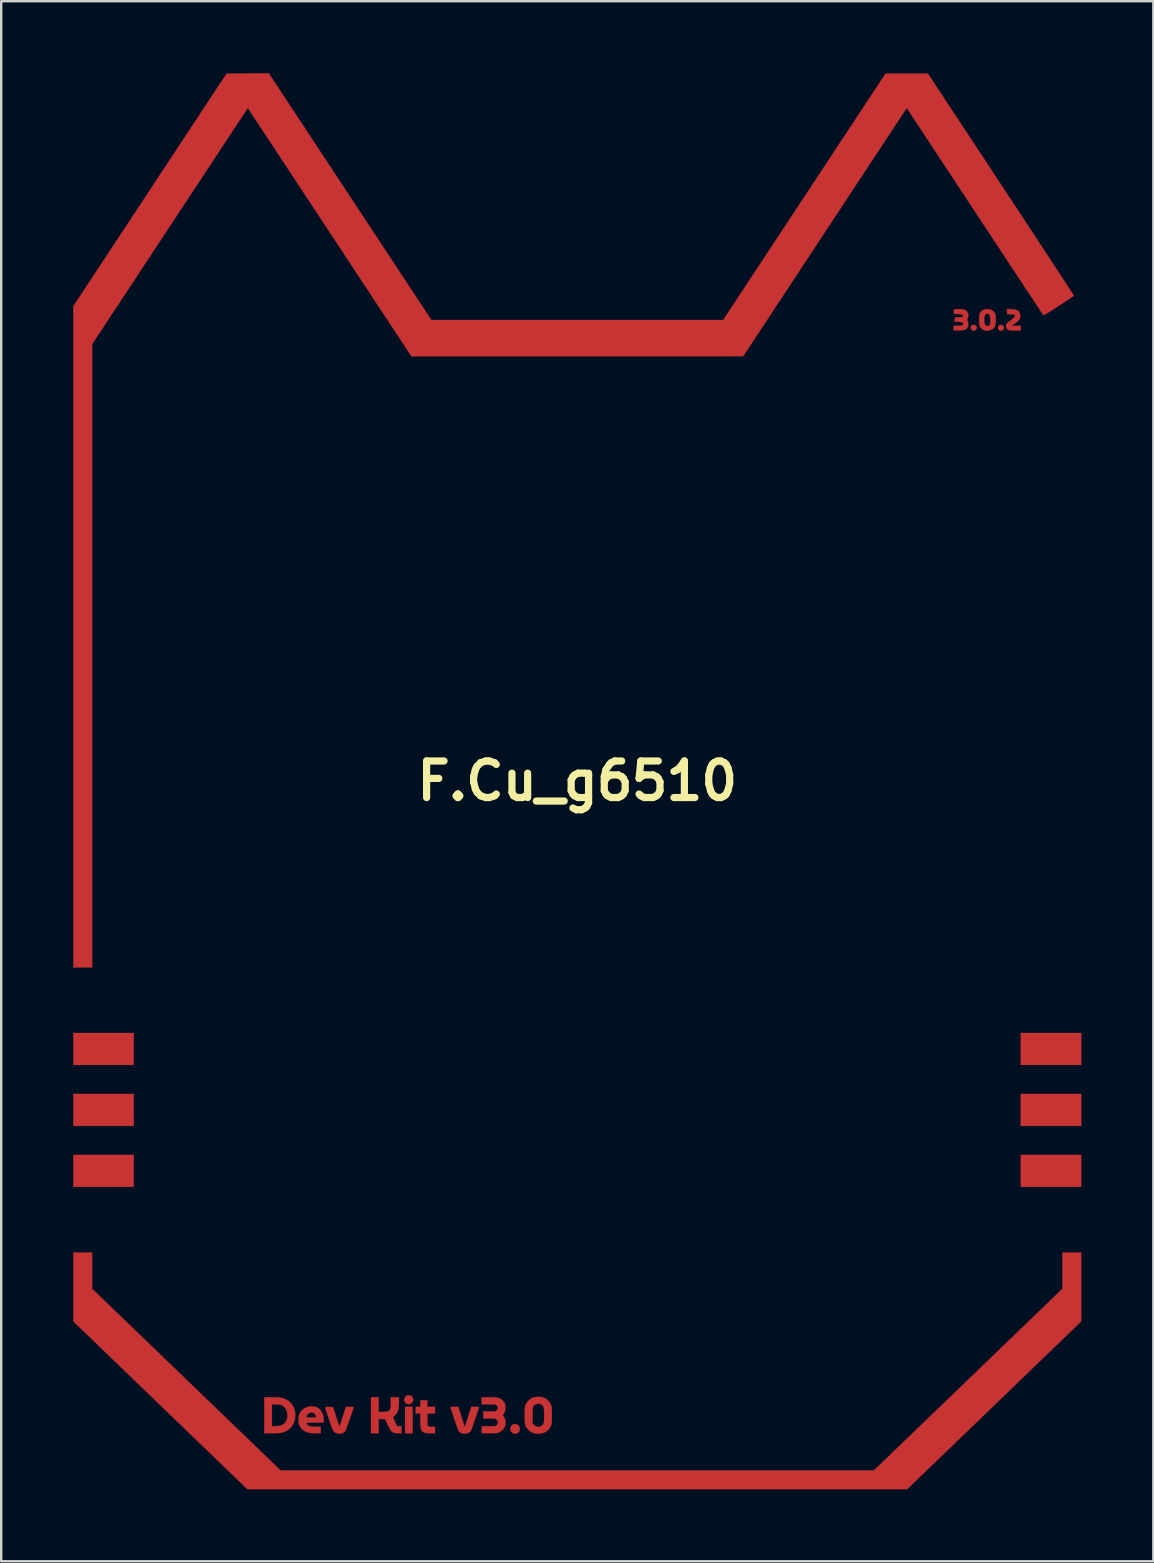
<source format=kicad_pcb>
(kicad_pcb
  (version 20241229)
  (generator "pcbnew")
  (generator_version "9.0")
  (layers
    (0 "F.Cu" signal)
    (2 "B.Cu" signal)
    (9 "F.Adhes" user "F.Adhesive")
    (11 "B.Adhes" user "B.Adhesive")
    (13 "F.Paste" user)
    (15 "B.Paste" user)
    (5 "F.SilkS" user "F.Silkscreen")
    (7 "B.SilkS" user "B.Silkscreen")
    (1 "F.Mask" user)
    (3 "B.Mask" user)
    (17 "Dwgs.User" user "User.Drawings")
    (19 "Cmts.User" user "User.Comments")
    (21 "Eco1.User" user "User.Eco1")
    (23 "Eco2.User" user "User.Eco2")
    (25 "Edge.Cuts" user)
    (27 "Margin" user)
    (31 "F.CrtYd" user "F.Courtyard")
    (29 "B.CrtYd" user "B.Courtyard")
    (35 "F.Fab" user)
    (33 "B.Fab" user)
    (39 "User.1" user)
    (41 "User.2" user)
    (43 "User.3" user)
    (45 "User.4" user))
  (footprint "F.Cu_g6510"
    (layer "F.Cu")
    (at 21.002 29.491)
    (property "Reference" "F.Cu_g6510" (at 0 0 0) (layer "F.SilkS") (effects (font (size 1.524 1.524) (thickness 0.3))))
    (attr through_hole)
    (fp_poly (pts (xy -18.479 11.832) (xy -20.997 11.832) (xy -20.997 10.499) (xy -18.479 10.499) (xy -18.479 11.832)) (stroke (width 0.01) (type solid)) (fill yes) (layer "F.Cu"))
    (fp_poly (pts (xy -18.479 14.372) (xy -20.997 14.372) (xy -20.997 13.039) (xy -18.479 13.039) (xy -18.479 14.372)) (stroke (width 0.01) (type solid)) (fill yes) (layer "F.Cu"))
    (fp_poly (pts (xy -18.479 16.912) (xy -20.997 16.912) (xy -20.997 15.579) (xy -18.479 15.579) (xy -18.479 16.912)) (stroke (width 0.01) (type solid)) (fill yes) (layer "F.Cu"))
    (fp_poly (pts (xy -6.858 27.178) (xy -7.176 27.178) (xy -7.176 26.077) (xy -6.858 26.077) (xy -6.858 27.178)) (stroke (width 0.01) (type solid)) (fill yes) (layer "F.Cu"))
    (fp_poly (pts (xy 20.997 11.832) (xy 18.479 11.832) (xy 18.479 10.499) (xy 20.997 10.499) (xy 20.997 11.832)) (stroke (width 0.01) (type solid)) (fill yes) (layer "F.Cu"))
    (fp_poly (pts (xy 20.997 14.372) (xy 18.479 14.372) (xy 18.479 13.039) (xy 20.997 13.039) (xy 20.997 14.372)) (stroke (width 0.01) (type solid)) (fill yes) (layer "F.Cu"))
    (fp_poly (pts (xy 20.997 16.912) (xy 18.479 16.912) (xy 18.479 15.579) (xy 20.997 15.579) (xy 20.997 16.912)) (stroke (width 0.01) (type solid)) (fill yes) (layer "F.Cu"))
    (fp_poly (pts (xy 17.721 -18.991) (xy 17.763 -18.947) (xy 17.781 -18.89) (xy 17.771 -18.832) (xy 17.733 -18.787) (xy 17.666 -18.757) (xy 17.605 -18.768) (xy 17.568 -18.796) (xy 17.533 -18.856) (xy 17.532 -18.918) (xy 17.563 -18.97) (xy 17.619 -19.003) (xy 17.658 -19.008) (xy 17.721 -18.991)) (stroke (width 0.01) (type solid)) (fill yes) (layer "F.Cu"))
    (fp_poly (pts (xy 16.588 -18.987) (xy 16.632 -18.94) (xy 16.634 -18.936) (xy 16.651 -18.889) (xy 16.643 -18.853) (xy 16.621 -18.82) (xy 16.565 -18.77) (xy 16.504 -18.759) (xy 16.447 -18.788) (xy 16.428 -18.808) (xy 16.392 -18.862) (xy 16.387 -18.905) (xy 16.411 -18.954) (xy 16.417 -18.962) (xy 16.466 -19) (xy 16.528 -19.008) (xy 16.588 -18.987)) (stroke (width 0.01) (type solid)) (fill yes) (layer "F.Cu"))
    (fp_poly (pts (xy -6.941 25.608) (xy -6.879 25.653) (xy -6.842 25.718) (xy -6.833 25.791) (xy -6.858 25.865) (xy -6.902 25.917) (xy -6.976 25.962) (xy -7.049 25.967) (xy -7.112 25.944) (xy -7.178 25.89) (xy -7.21 25.819) (xy -7.207 25.738) (xy -7.167 25.66) (xy -7.163 25.656) (xy -7.114 25.61) (xy -7.06 25.592) (xy -7.024 25.59) (xy -6.941 25.608)) (stroke (width 0.01) (type solid)) (fill yes) (layer "F.Cu"))
    (fp_poly (pts (xy -2.501 26.814) (xy -2.434 26.863) (xy -2.398 26.941) (xy -2.392 26.999) (xy -2.41 27.085) (xy -2.456 27.149) (xy -2.523 27.188) (xy -2.601 27.199) (xy -2.679 27.177) (xy -2.732 27.137) (xy -2.783 27.061) (xy -2.794 26.978) (xy -2.763 26.895) (xy -2.739 26.862) (xy -2.694 26.818) (xy -2.643 26.8) (xy -2.594 26.797) (xy -2.501 26.814)) (stroke (width 0.01) (type solid)) (fill yes) (layer "F.Cu"))
    (fp_poly (pts (xy -20.214 20.399) (xy -20.213 21.156) (xy -16.287 24.94) (xy -12.362 28.723) (xy 12.362 28.723) (xy 16.288 24.94) (xy 20.214 21.156) (xy 20.214 20.399) (xy 20.214 19.643) (xy 20.997 19.643) (xy 20.997 22.516) (xy 17.373 26.011) (xy 13.748 29.505) (xy -13.748 29.505) (xy -17.373 26.01) (xy -20.997 22.515) (xy -20.997 19.643) (xy -20.214 19.643) (xy -20.214 20.399)) (stroke (width 0.01) (type solid)) (fill yes) (layer "F.Cu"))
    (fp_poly (pts (xy -6.244 26.077) (xy -5.927 26.077) (xy -5.927 26.352) (xy -6.244 26.352) (xy -6.244 26.594) (xy -6.243 26.694) (xy -6.24 26.78) (xy -6.236 26.842) (xy -6.231 26.869) (xy -6.214 26.888) (xy -6.175 26.899) (xy -6.105 26.903) (xy -6.073 26.903) (xy -5.927 26.903) (xy -5.927 27.178) (xy -6.122 27.178) (xy -6.237 27.175) (xy -6.32 27.165) (xy -6.381 27.146) (xy -6.392 27.141) (xy -6.445 27.109) (xy -6.484 27.067) (xy -6.511 27.011) (xy -6.528 26.933) (xy -6.537 26.826) (xy -6.54 26.686) (xy -6.54 26.654) (xy -6.54 26.352) (xy -6.731 26.352) (xy -6.731 26.077) (xy -6.54 26.077) (xy -6.54 25.802) (xy -6.244 25.802) (xy -6.244 26.077)) (stroke (width 0.01) (type solid)) (fill yes) (layer "F.Cu"))
    (fp_poly (pts (xy -8.276 26.289) (xy -8.105 26.289) (xy -7.985 26.285) (xy -7.896 26.269) (xy -7.836 26.235) (xy -7.797 26.178) (xy -7.777 26.093) (xy -7.769 25.974) (xy -7.769 25.913) (xy -7.768 25.675) (xy -7.429 25.675) (xy -7.429 25.894) (xy -7.434 26.05) (xy -7.451 26.173) (xy -7.482 26.272) (xy -7.529 26.355) (xy -7.586 26.421) (xy -7.677 26.512) (xy -7.593 26.697) (xy -7.508 26.882) (xy -7.324 26.882) (xy -7.324 27.182) (xy -7.488 27.174) (xy -7.578 27.168) (xy -7.648 27.154) (xy -7.703 27.127) (xy -7.751 27.082) (xy -7.797 27.013) (xy -7.85 26.913) (xy -7.887 26.838) (xy -8.009 26.585) (xy -8.276 26.585) (xy -8.276 27.178) (xy -8.594 27.178) (xy -8.594 25.675) (xy -8.276 25.675) (xy -8.276 26.289)) (stroke (width 0.01) (type solid)) (fill yes) (layer "F.Cu"))
    (fp_poly (pts (xy 18.092 -19.66) (xy 18.231 -19.644) (xy 18.333 -19.61) (xy 18.403 -19.556) (xy 18.443 -19.478) (xy 18.457 -19.373) (xy 18.457 -19.363) (xy 18.453 -19.3) (xy 18.435 -19.247) (xy 18.397 -19.197) (xy 18.335 -19.141) (xy 18.242 -19.073) (xy 18.241 -19.072) (xy 18.089 -18.965) (xy 18.479 -18.965) (xy 18.479 -18.775) (xy 18.227 -18.775) (xy 18.117 -18.776) (xy 18.041 -18.779) (xy 17.989 -18.786) (xy 17.953 -18.798) (xy 17.924 -18.816) (xy 17.92 -18.819) (xy 17.877 -18.869) (xy 17.865 -18.937) (xy 17.869 -18.994) (xy 17.885 -19.042) (xy 17.92 -19.087) (xy 17.98 -19.138) (xy 18.066 -19.201) (xy 18.165 -19.277) (xy 18.225 -19.34) (xy 18.245 -19.388) (xy 18.225 -19.423) (xy 18.165 -19.444) (xy 18.066 -19.452) (xy 18.053 -19.452) (xy 17.907 -19.452) (xy 17.907 -19.669) (xy 18.092 -19.66)) (stroke (width 0.01) (type solid)) (fill yes) (layer "F.Cu"))
    (fp_poly (pts (xy -12.548 25.678) (xy -12.41 25.687) (xy -12.306 25.703) (xy -12.286 25.708) (xy -12.123 25.77) (xy -11.986 25.864) (xy -11.877 25.987) (xy -11.8 26.134) (xy -11.756 26.302) (xy -11.748 26.427) (xy -11.766 26.607) (xy -11.821 26.769) (xy -11.909 26.908) (xy -12.027 27.022) (xy -12.173 27.107) (xy -12.286 27.145) (xy -12.382 27.163) (xy -12.512 27.173) (xy -12.68 27.178) (xy -12.726 27.178) (xy -13.039 27.178) (xy -13.039 26.886) (xy -12.721 26.886) (xy -12.534 26.878) (xy -12.438 26.873) (xy -12.37 26.863) (xy -12.319 26.847) (xy -12.27 26.819) (xy -12.26 26.813) (xy -12.168 26.732) (xy -12.109 26.629) (xy -12.08 26.501) (xy -12.077 26.427) (xy -12.091 26.284) (xy -12.135 26.169) (xy -12.21 26.078) (xy -12.26 26.04) (xy -12.31 26.011) (xy -12.36 25.992) (xy -12.423 25.982) (xy -12.513 25.976) (xy -12.534 25.975) (xy -12.721 25.967) (xy -12.721 26.886) (xy -13.039 26.886) (xy -13.039 25.675) (xy -12.726 25.675) (xy -12.548 25.678)) (stroke (width 0.01) (type solid)) (fill yes) (layer "F.Cu"))
    (fp_poly (pts (xy 16.001 -19.659) (xy 16.105 -19.643) (xy 16.184 -19.609) (xy 16.244 -19.556) (xy 16.289 -19.472) (xy 16.296 -19.376) (xy 16.266 -19.281) (xy 16.245 -19.234) (xy 16.248 -19.201) (xy 16.266 -19.172) (xy 16.292 -19.105) (xy 16.296 -19.019) (xy 16.28 -18.933) (xy 16.266 -18.901) (xy 16.23 -18.848) (xy 16.179 -18.812) (xy 16.108 -18.789) (xy 16.008 -18.777) (xy 15.897 -18.775) (xy 15.684 -18.775) (xy 15.684 -18.965) (xy 15.852 -18.965) (xy 15.949 -18.968) (xy 16.011 -18.977) (xy 16.048 -18.994) (xy 16.053 -18.999) (xy 16.082 -19.035) (xy 16.079 -19.068) (xy 16.066 -19.092) (xy 16.036 -19.111) (xy 15.971 -19.124) (xy 15.886 -19.131) (xy 15.725 -19.139) (xy 15.737 -19.315) (xy 15.9 -19.321) (xy 15.988 -19.326) (xy 16.042 -19.336) (xy 16.069 -19.351) (xy 16.075 -19.36) (xy 16.079 -19.4) (xy 16.053 -19.428) (xy 15.993 -19.446) (xy 15.896 -19.455) (xy 15.868 -19.457) (xy 15.695 -19.463) (xy 15.695 -19.653) (xy 15.864 -19.66) (xy 16.001 -19.659)) (stroke (width 0.01) (type solid)) (fill yes) (layer "F.Cu"))
    (fp_poly (pts (xy -9.4 26.078) (xy -9.342 26.08) (xy -9.314 26.082) (xy -9.313 26.083) (xy -9.32 26.111) (xy -9.339 26.171) (xy -9.367 26.258) (xy -9.403 26.364) (xy -9.444 26.482) (xy -9.487 26.607) (xy -9.53 26.73) (xy -9.571 26.845) (xy -9.608 26.945) (xy -9.637 27.023) (xy -9.657 27.073) (xy -9.664 27.087) (xy -9.725 27.146) (xy -9.812 27.184) (xy -9.91 27.197) (xy -10.007 27.184) (xy -10.069 27.158) (xy -10.125 27.115) (xy -10.168 27.068) (xy -10.17 27.065) (xy -10.186 27.032) (xy -10.211 26.967) (xy -10.245 26.876) (xy -10.284 26.767) (xy -10.325 26.648) (xy -10.367 26.524) (xy -10.407 26.405) (xy -10.443 26.296) (xy -10.472 26.204) (xy -10.491 26.138) (xy -10.499 26.104) (xy -10.499 26.103) (xy -10.488 26.089) (xy -10.451 26.082) (xy -10.382 26.08) (xy -10.335 26.082) (xy -10.172 26.088) (xy -10.046 26.495) (xy -10.008 26.617) (xy -9.972 26.724) (xy -9.943 26.81) (xy -9.92 26.868) (xy -9.908 26.892) (xy -9.907 26.893) (xy -9.897 26.871) (xy -9.876 26.815) (xy -9.847 26.73) (xy -9.813 26.625) (xy -9.774 26.503) (xy -9.767 26.481) (xy -9.641 26.077) (xy -9.477 26.077) (xy -9.4 26.078)) (stroke (width 0.01) (type solid)) (fill yes) (layer "F.Cu"))
    (fp_poly (pts (xy 17.203 -19.65) (xy 17.299 -19.607) (xy 17.371 -19.533) (xy 17.395 -19.493) (xy 17.418 -19.445) (xy 17.432 -19.399) (xy 17.438 -19.342) (xy 17.439 -19.265) (xy 17.437 -19.183) (xy 17.43 -19.061) (xy 17.414 -18.972) (xy 17.386 -18.907) (xy 17.341 -18.857) (xy 17.274 -18.814) (xy 17.25 -18.801) (xy 17.14 -18.762) (xy 17.029 -18.761) (xy 16.968 -18.776) (xy 16.886 -18.818) (xy 16.811 -18.89) (xy 16.773 -18.948) (xy 16.755 -19.008) (xy 16.744 -19.097) (xy 16.742 -19.162) (xy 16.954 -19.162) (xy 16.963 -19.082) (xy 16.981 -19.024) (xy 16.984 -19.018) (xy 17.031 -18.98) (xy 17.093 -18.964) (xy 17.154 -18.972) (xy 17.183 -18.991) (xy 17.198 -19.028) (xy 17.207 -19.095) (xy 17.21 -19.179) (xy 17.208 -19.268) (xy 17.199 -19.349) (xy 17.186 -19.41) (xy 17.173 -19.435) (xy 17.117 -19.469) (xy 17.051 -19.466) (xy 17.006 -19.443) (xy 16.982 -19.404) (xy 16.964 -19.336) (xy 16.955 -19.251) (xy 16.954 -19.162) (xy 16.742 -19.162) (xy 16.741 -19.201) (xy 16.745 -19.308) (xy 16.756 -19.405) (xy 16.773 -19.478) (xy 16.78 -19.494) (xy 16.847 -19.584) (xy 16.939 -19.64) (xy 17.057 -19.663) (xy 17.08 -19.664) (xy 17.203 -19.65)) (stroke (width 0.01) (type solid)) (fill yes) (layer "F.Cu"))
    (fp_poly (pts (xy -4.847 26.421) (xy -4.809 26.541) (xy -4.775 26.651) (xy -4.746 26.743) (xy -4.725 26.81) (xy -4.717 26.836) (xy -4.698 26.878) (xy -4.682 26.891) (xy -4.679 26.889) (xy -4.669 26.864) (xy -4.648 26.805) (xy -4.619 26.719) (xy -4.584 26.611) (xy -4.545 26.49) (xy -4.54 26.474) (xy -4.416 26.077) (xy -4.248 26.077) (xy -4.163 26.079) (xy -4.113 26.084) (xy -4.092 26.094) (xy -4.092 26.106) (xy -4.101 26.134) (xy -4.123 26.195) (xy -4.153 26.285) (xy -4.191 26.396) (xy -4.234 26.523) (xy -4.257 26.588) (xy -4.302 26.721) (xy -4.346 26.843) (xy -4.383 26.947) (xy -4.414 27.027) (xy -4.434 27.076) (xy -4.44 27.086) (xy -4.5 27.144) (xy -4.585 27.182) (xy -4.684 27.197) (xy -4.784 27.186) (xy -4.841 27.165) (xy -4.896 27.129) (xy -4.937 27.088) (xy -4.938 27.086) (xy -4.953 27.053) (xy -4.979 26.987) (xy -5.014 26.893) (xy -5.055 26.778) (xy -5.099 26.649) (xy -5.121 26.585) (xy -5.165 26.453) (xy -5.206 26.334) (xy -5.24 26.233) (xy -5.266 26.157) (xy -5.281 26.113) (xy -5.285 26.104) (xy -5.279 26.09) (xy -5.245 26.082) (xy -5.177 26.078) (xy -5.125 26.077) (xy -4.955 26.077) (xy -4.847 26.421)) (stroke (width 0.01) (type solid)) (fill yes) (layer "F.Cu"))
    (fp_poly (pts (xy -10.941 26.068) (xy -10.894 26.079) (xy -10.786 26.13) (xy -10.695 26.215) (xy -10.624 26.327) (xy -10.579 26.459) (xy -10.562 26.605) (xy -10.562 26.607) (xy -10.562 26.733) (xy -10.922 26.733) (xy -11.04 26.734) (xy -11.142 26.736) (xy -11.221 26.739) (xy -11.269 26.742) (xy -11.282 26.745) (xy -11.273 26.772) (xy -11.26 26.798) (xy -11.223 26.844) (xy -11.165 26.875) (xy -11.079 26.894) (xy -10.96 26.902) (xy -10.902 26.903) (xy -10.689 26.903) (xy -10.689 27.178) (xy -10.906 27.177) (xy -11.01 27.173) (xy -11.11 27.166) (xy -11.19 27.155) (xy -11.22 27.149) (xy -11.342 27.098) (xy -11.452 27.019) (xy -11.539 26.92) (xy -11.595 26.811) (xy -11.601 26.792) (xy -11.616 26.689) (xy -11.615 26.571) (xy -11.608 26.522) (xy -11.301 26.522) (xy -11.09 26.522) (xy -10.994 26.521) (xy -10.933 26.519) (xy -10.899 26.512) (xy -10.883 26.5) (xy -10.88 26.482) (xy -10.88 26.478) (xy -10.894 26.436) (xy -10.93 26.385) (xy -10.944 26.369) (xy -10.992 26.328) (xy -11.035 26.313) (xy -11.094 26.316) (xy -11.187 26.344) (xy -11.25 26.4) (xy -11.279 26.46) (xy -11.301 26.522) (xy -11.608 26.522) (xy -11.599 26.454) (xy -11.569 26.357) (xy -11.562 26.342) (xy -11.479 26.225) (xy -11.37 26.136) (xy -11.239 26.079) (xy -11.094 26.055) (xy -10.941 26.068)) (stroke (width 0.01) (type solid)) (fill yes) (layer "F.Cu"))
    (fp_poly (pts (xy -3.53 25.676) (xy -3.438 25.678) (xy -3.371 25.682) (xy -3.321 25.69) (xy -3.279 25.704) (xy -3.237 25.722) (xy -3.224 25.729) (xy -3.124 25.796) (xy -3.056 25.87) (xy -3.023 25.923) (xy -3.004 25.974) (xy -2.996 26.037) (xy -2.995 26.109) (xy -2.998 26.197) (xy -3.008 26.259) (xy -3.03 26.311) (xy -3.05 26.344) (xy -3.106 26.427) (xy -3.051 26.498) (xy -3.007 26.586) (xy -2.986 26.693) (xy -2.99 26.806) (xy -3.019 26.908) (xy -3.023 26.917) (xy -3.09 27.014) (xy -3.177 27.095) (xy -3.273 27.148) (xy -3.296 27.156) (xy -3.347 27.164) (xy -3.429 27.171) (xy -3.533 27.175) (xy -3.648 27.178) (xy -3.678 27.178) (xy -3.979 27.178) (xy -3.979 26.882) (xy -3.685 26.882) (xy -3.568 26.881) (xy -3.485 26.88) (xy -3.431 26.876) (xy -3.395 26.868) (xy -3.372 26.855) (xy -3.354 26.836) (xy -3.346 26.826) (xy -3.308 26.751) (xy -3.312 26.68) (xy -3.354 26.616) (xy -3.378 26.594) (xy -3.405 26.579) (xy -3.442 26.571) (xy -3.499 26.566) (xy -3.583 26.564) (xy -3.661 26.564) (xy -3.916 26.564) (xy -3.916 26.268) (xy -3.653 26.268) (xy -3.543 26.268) (xy -3.468 26.266) (xy -3.418 26.261) (xy -3.387 26.251) (xy -3.366 26.235) (xy -3.346 26.212) (xy -3.346 26.212) (xy -3.315 26.163) (xy -3.302 26.121) (xy -3.302 26.12) (xy -3.315 26.078) (xy -3.345 26.029) (xy -3.346 26.027) (xy -3.364 26.005) (xy -3.384 25.99) (xy -3.414 25.98) (xy -3.459 25.975) (xy -3.529 25.972) (xy -3.63 25.972) (xy -3.685 25.971) (xy -3.979 25.971) (xy -3.979 25.675) (xy -3.655 25.675) (xy -3.53 25.676)) (stroke (width 0.01) (type solid)) (fill yes) (layer "F.Cu"))
    (fp_poly (pts (xy -1.507 25.665) (xy -1.364 25.707) (xy -1.244 25.784) (xy -1.148 25.894) (xy -1.113 25.954) (xy -1.093 25.997) (xy -1.079 26.036) (xy -1.069 26.079) (xy -1.063 26.135) (xy -1.06 26.211) (xy -1.059 26.315) (xy -1.058 26.427) (xy -1.059 26.56) (xy -1.06 26.658) (xy -1.064 26.73) (xy -1.07 26.783) (xy -1.081 26.825) (xy -1.096 26.864) (xy -1.113 26.899) (xy -1.197 27.023) (xy -1.309 27.116) (xy -1.415 27.167) (xy -1.507 27.187) (xy -1.615 27.196) (xy -1.721 27.193) (xy -1.799 27.179) (xy -1.923 27.123) (xy -2.033 27.039) (xy -2.118 26.935) (xy -2.162 26.847) (xy -2.174 26.787) (xy -2.184 26.695) (xy -2.189 26.581) (xy -2.192 26.455) (xy -2.192 26.435) (xy -1.863 26.435) (xy -1.863 26.773) (xy -1.799 26.836) (xy -1.714 26.896) (xy -1.624 26.915) (xy -1.53 26.892) (xy -1.482 26.863) (xy -1.443 26.831) (xy -1.415 26.796) (xy -1.396 26.75) (xy -1.385 26.686) (xy -1.38 26.598) (xy -1.38 26.478) (xy -1.381 26.402) (xy -1.383 26.278) (xy -1.386 26.189) (xy -1.392 26.128) (xy -1.4 26.087) (xy -1.412 26.059) (xy -1.429 26.036) (xy -1.437 26.027) (xy -1.52 25.963) (xy -1.611 25.942) (xy -1.71 25.962) (xy -1.711 25.962) (xy -1.763 25.986) (xy -1.802 26.013) (xy -1.829 26.049) (xy -1.847 26.102) (xy -1.857 26.178) (xy -1.862 26.283) (xy -1.863 26.423) (xy -1.863 26.435) (xy -2.192 26.435) (xy -2.191 26.326) (xy -2.186 26.205) (xy -2.179 26.102) (xy -2.168 26.027) (xy -2.162 26.006) (xy -2.111 25.911) (xy -2.034 25.817) (xy -1.942 25.74) (xy -1.896 25.713) (xy -1.817 25.684) (xy -1.718 25.664) (xy -1.67 25.659) (xy -1.507 25.665)) (stroke (width 0.01) (type solid)) (fill yes) (layer "F.Cu"))
    (fp_poly (pts (xy -9.466 -24.347) (xy -6.079 -19.209) (xy 6.08 -19.209) (xy 9.463 -24.342) (xy 12.846 -29.475) (xy 14.609 -29.475) (xy 17.656 -24.852) (xy 17.921 -24.45) (xy 18.179 -24.058) (xy 18.431 -23.676) (xy 18.674 -23.306) (xy 18.908 -22.95) (xy 19.132 -22.609) (xy 19.345 -22.285) (xy 19.546 -21.979) (xy 19.734 -21.692) (xy 19.908 -21.426) (xy 20.067 -21.183) (xy 20.211 -20.963) (xy 20.337 -20.769) (xy 20.446 -20.602) (xy 20.536 -20.463) (xy 20.607 -20.353) (xy 20.656 -20.275) (xy 20.685 -20.23) (xy 20.691 -20.218) (xy 20.671 -20.204) (xy 20.62 -20.17) (xy 20.542 -20.117) (xy 20.441 -20.05) (xy 20.32 -19.97) (xy 20.185 -19.881) (xy 20.06 -19.799) (xy 19.887 -19.685) (xy 19.745 -19.593) (xy 19.632 -19.522) (xy 19.547 -19.47) (xy 19.485 -19.436) (xy 19.444 -19.418) (xy 19.422 -19.414) (xy 19.418 -19.416) (xy 19.404 -19.436) (xy 19.368 -19.49) (xy 19.311 -19.575) (xy 19.234 -19.692) (xy 19.138 -19.837) (xy 19.023 -20.01) (xy 18.892 -20.209) (xy 18.744 -20.432) (xy 18.582 -20.678) (xy 18.406 -20.945) (xy 18.217 -21.232) (xy 18.016 -21.536) (xy 17.804 -21.857) (xy 17.583 -22.193) (xy 17.352 -22.542) (xy 17.115 -22.903) (xy 16.87 -23.274) (xy 16.732 -23.484) (xy 16.482 -23.864) (xy 16.237 -24.235) (xy 15.998 -24.598) (xy 15.766 -24.95) (xy 15.542 -25.29) (xy 15.328 -25.615) (xy 15.124 -25.924) (xy 14.932 -26.216) (xy 14.752 -26.489) (xy 14.587 -26.74) (xy 14.436 -26.969) (xy 14.301 -27.173) (xy 14.183 -27.352) (xy 14.084 -27.502) (xy 14.004 -27.623) (xy 13.945 -27.713) (xy 13.907 -27.77) (xy 13.897 -27.784) (xy 13.726 -28.041) (xy 10.319 -22.869) (xy 6.911 -17.696) (xy -6.911 -17.697) (xy -10.318 -22.869) (xy -13.726 -28.042) (xy -13.792 -27.943) (xy -13.809 -27.917) (xy -13.849 -27.857) (xy -13.91 -27.765) (xy -13.991 -27.642) (xy -14.091 -27.49) (xy -14.211 -27.309) (xy -14.347 -27.102) (xy -14.5 -26.87) (xy -14.669 -26.614) (xy -14.852 -26.336) (xy -15.049 -26.038) (xy -15.258 -25.72) (xy -15.479 -25.385) (xy -15.711 -25.033) (xy -15.952 -24.667) (xy -16.203 -24.288) (xy -16.461 -23.896) (xy -16.725 -23.495) (xy -16.996 -23.084) (xy -17.036 -23.023) (xy -20.214 -18.201) (xy -20.214 7.768) (xy -20.997 7.768) (xy -20.997 -19.781) (xy -17.803 -24.628) (xy -14.609 -29.475) (xy -13.731 -29.48) (xy -12.853 -29.486) (xy -9.466 -24.347)) (stroke (width 0.01) (type solid)) (fill yes) (layer "F.Cu")))
  (gr_rect
    (start -3 -3)
    (end 45.005 62.001)
    (stroke (width 0.1) (type default))
    (fill no)
    (layer "Edge.Cuts")))
</source>
